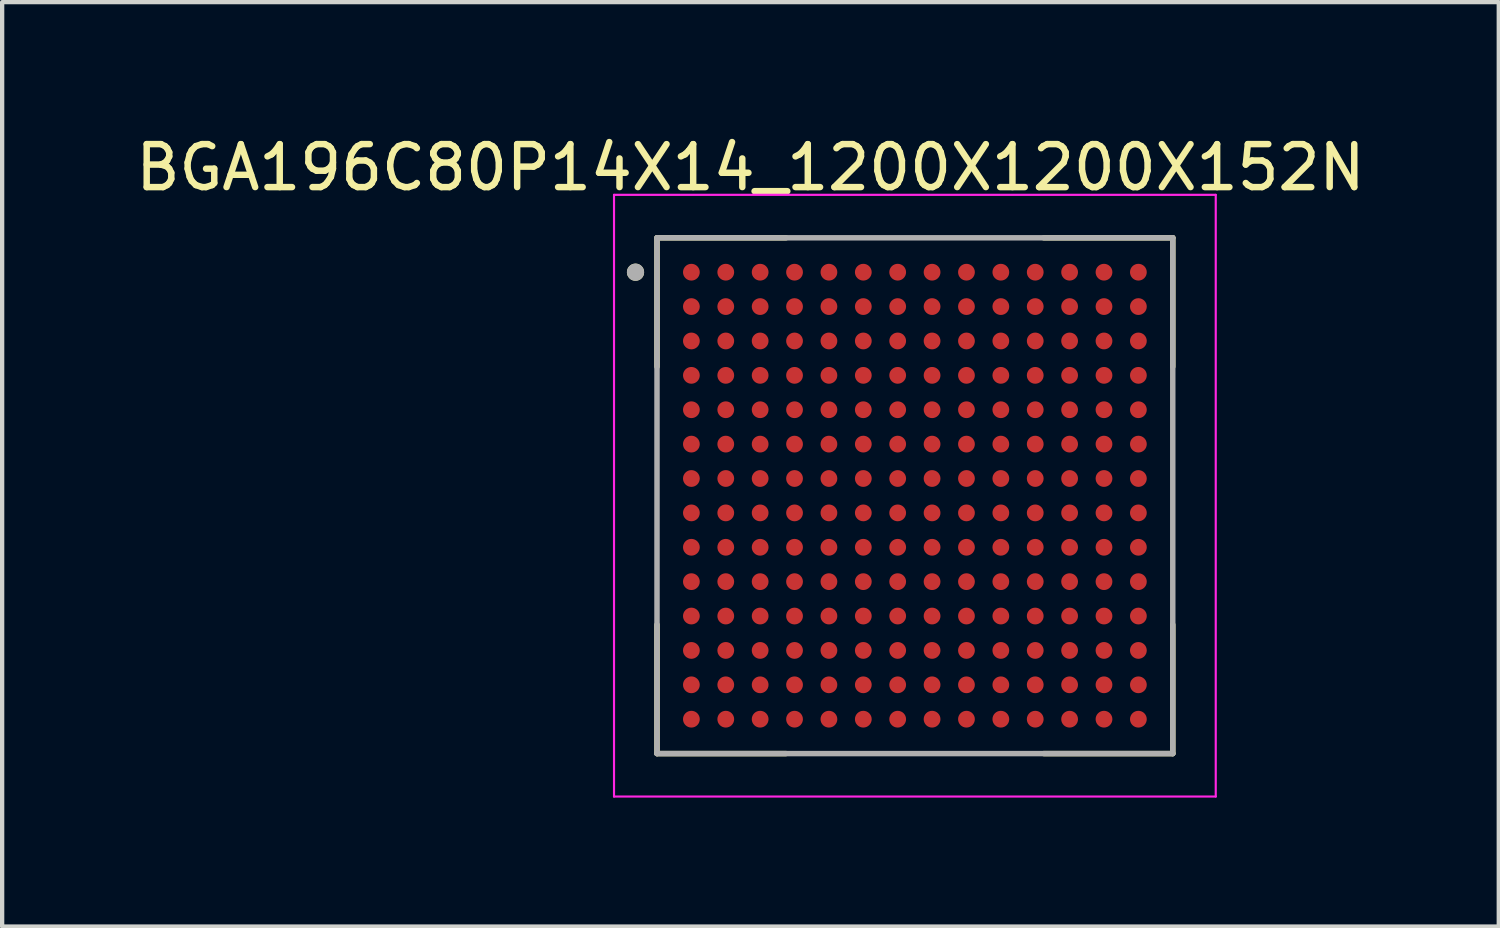
<source format=kicad_pcb>
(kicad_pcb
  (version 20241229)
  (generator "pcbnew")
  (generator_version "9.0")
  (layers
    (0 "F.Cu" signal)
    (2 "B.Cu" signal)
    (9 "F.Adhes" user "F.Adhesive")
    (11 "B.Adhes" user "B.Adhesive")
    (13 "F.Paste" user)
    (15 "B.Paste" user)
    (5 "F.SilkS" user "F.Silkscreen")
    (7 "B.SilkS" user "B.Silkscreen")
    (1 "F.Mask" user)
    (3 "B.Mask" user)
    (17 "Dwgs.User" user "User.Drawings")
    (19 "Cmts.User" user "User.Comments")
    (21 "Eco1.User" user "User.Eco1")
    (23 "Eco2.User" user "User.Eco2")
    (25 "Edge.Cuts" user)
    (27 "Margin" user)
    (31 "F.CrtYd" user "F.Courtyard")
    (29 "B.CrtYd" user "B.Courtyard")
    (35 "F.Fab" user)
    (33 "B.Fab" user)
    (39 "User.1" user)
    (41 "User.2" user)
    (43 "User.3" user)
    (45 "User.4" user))
  (footprint "BGA196C80P14X14_1200X1200X152N"
    (layer "F.Cu")
    (at 18.236 8.483)
    (property "Reference" "BGA196C80P14X14_1200X1200X152N" (at -3.825 -7.635 0) (layer "F.SilkS") (effects (font (size 1 1) (thickness 0.15))))
    (attr smd)
    (fp_line (start -6 -6) (end -6 -3) (stroke (width 0.127) (type solid)) (layer "F.SilkS"))
    (fp_line (start -6 -6) (end -3 -6) (stroke (width 0.127) (type solid)) (layer "F.SilkS"))
    (fp_line (start -6 6) (end -6 3) (stroke (width 0.127) (type solid)) (layer "F.SilkS"))
    (fp_line (start -6 6) (end -3 6) (stroke (width 0.127) (type solid)) (layer "F.SilkS"))
    (fp_line (start 6 -6) (end 3 -6) (stroke (width 0.127) (type solid)) (layer "F.SilkS"))
    (fp_line (start 6 -6) (end 6 -3) (stroke (width 0.127) (type solid)) (layer "F.SilkS"))
    (fp_line (start 6 6) (end 3 6) (stroke (width 0.127) (type solid)) (layer "F.SilkS"))
    (fp_line (start 6 6) (end 6 3) (stroke (width 0.127) (type solid)) (layer "F.SilkS"))
    (fp_circle (center -6.5 -5.2) (end -6.4 -5.2) (stroke (width 0.2) (type solid)) (fill no) (layer "F.SilkS"))
    (fp_line (start -7 -7) (end 7 -7) (stroke (width 0.05) (type solid)) (layer "F.CrtYd"))
    (fp_line (start -7 7) (end -7 -7) (stroke (width 0.05) (type solid)) (layer "F.CrtYd"))
    (fp_line (start -7 7) (end 7 7) (stroke (width 0.05) (type solid)) (layer "F.CrtYd"))
    (fp_line (start 7 7) (end 7 -7) (stroke (width 0.05) (type solid)) (layer "F.CrtYd"))
    (fp_line (start -6 6) (end -6 -6) (stroke (width 0.127) (type solid)) (layer "F.Fab"))
    (fp_line (start 6 -6) (end -6 -6) (stroke (width 0.127) (type solid)) (layer "F.Fab"))
    (fp_line (start 6 6) (end -6 6) (stroke (width 0.127) (type solid)) (layer "F.Fab"))
    (fp_line (start 6 6) (end 6 -6) (stroke (width 0.127) (type solid)) (layer "F.Fab"))
    (fp_circle (center -6.5 -5.2) (end -6.4 -5.2) (stroke (width 0.2) (type solid)) (fill no) (layer "F.Fab"))
    (pad "A1" smd circle (at -5.2 -5.2) (size 0.39 0.39) (layers "F.Cu" "F.Mask" "F.Paste"))
    (pad "A2" smd circle (at -4.4 -5.2) (size 0.39 0.39) (layers "F.Cu" "F.Mask" "F.Paste"))
    (pad "A3" smd circle (at -3.6 -5.2) (size 0.39 0.39) (layers "F.Cu" "F.Mask" "F.Paste"))
    (pad "A4" smd circle (at -2.8 -5.2) (size 0.39 0.39) (layers "F.Cu" "F.Mask" "F.Paste"))
    (pad "A5" smd circle (at -2 -5.2) (size 0.39 0.39) (layers "F.Cu" "F.Mask" "F.Paste"))
    (pad "A6" smd circle (at -1.2 -5.2) (size 0.39 0.39) (layers "F.Cu" "F.Mask" "F.Paste"))
    (pad "A7" smd circle (at -0.4 -5.2) (size 0.39 0.39) (layers "F.Cu" "F.Mask" "F.Paste"))
    (pad "A8" smd circle (at 0.4 -5.2) (size 0.39 0.39) (layers "F.Cu" "F.Mask" "F.Paste"))
    (pad "A9" smd circle (at 1.2 -5.2) (size 0.39 0.39) (layers "F.Cu" "F.Mask" "F.Paste"))
    (pad "A10" smd circle (at 2 -5.2) (size 0.39 0.39) (layers "F.Cu" "F.Mask" "F.Paste"))
    (pad "A11" smd circle (at 2.8 -5.2) (size 0.39 0.39) (layers "F.Cu" "F.Mask" "F.Paste"))
    (pad "A12" smd circle (at 3.6 -5.2) (size 0.39 0.39) (layers "F.Cu" "F.Mask" "F.Paste"))
    (pad "A13" smd circle (at 4.4 -5.2) (size 0.39 0.39) (layers "F.Cu" "F.Mask" "F.Paste"))
    (pad "A14" smd circle (at 5.2 -5.2) (size 0.39 0.39) (layers "F.Cu" "F.Mask" "F.Paste"))
    (pad "B1" smd circle (at -5.2 -4.4) (size 0.39 0.39) (layers "F.Cu" "F.Mask" "F.Paste"))
    (pad "B2" smd circle (at -4.4 -4.4) (size 0.39 0.39) (layers "F.Cu" "F.Mask" "F.Paste"))
    (pad "B3" smd circle (at -3.6 -4.4) (size 0.39 0.39) (layers "F.Cu" "F.Mask" "F.Paste"))
    (pad "B4" smd circle (at -2.8 -4.4) (size 0.39 0.39) (layers "F.Cu" "F.Mask" "F.Paste"))
    (pad "B5" smd circle (at -2 -4.4) (size 0.39 0.39) (layers "F.Cu" "F.Mask" "F.Paste"))
    (pad "B6" smd circle (at -1.2 -4.4) (size 0.39 0.39) (layers "F.Cu" "F.Mask" "F.Paste"))
    (pad "B7" smd circle (at -0.4 -4.4) (size 0.39 0.39) (layers "F.Cu" "F.Mask" "F.Paste"))
    (pad "B8" smd circle (at 0.4 -4.4) (size 0.39 0.39) (layers "F.Cu" "F.Mask" "F.Paste"))
    (pad "B9" smd circle (at 1.2 -4.4) (size 0.39 0.39) (layers "F.Cu" "F.Mask" "F.Paste"))
    (pad "B10" smd circle (at 2 -4.4) (size 0.39 0.39) (layers "F.Cu" "F.Mask" "F.Paste"))
    (pad "B11" smd circle (at 2.8 -4.4) (size 0.39 0.39) (layers "F.Cu" "F.Mask" "F.Paste"))
    (pad "B12" smd circle (at 3.6 -4.4) (size 0.39 0.39) (layers "F.Cu" "F.Mask" "F.Paste"))
    (pad "B13" smd circle (at 4.4 -4.4) (size 0.39 0.39) (layers "F.Cu" "F.Mask" "F.Paste"))
    (pad "B14" smd circle (at 5.2 -4.4) (size 0.39 0.39) (layers "F.Cu" "F.Mask" "F.Paste"))
    (pad "C1" smd circle (at -5.2 -3.6) (size 0.39 0.39) (layers "F.Cu" "F.Mask" "F.Paste"))
    (pad "C2" smd circle (at -4.4 -3.6) (size 0.39 0.39) (layers "F.Cu" "F.Mask" "F.Paste"))
    (pad "C3" smd circle (at -3.6 -3.6) (size 0.39 0.39) (layers "F.Cu" "F.Mask" "F.Paste"))
    (pad "C4" smd circle (at -2.8 -3.6) (size 0.39 0.39) (layers "F.Cu" "F.Mask" "F.Paste"))
    (pad "C5" smd circle (at -2 -3.6) (size 0.39 0.39) (layers "F.Cu" "F.Mask" "F.Paste"))
    (pad "C6" smd circle (at -1.2 -3.6) (size 0.39 0.39) (layers "F.Cu" "F.Mask" "F.Paste"))
    (pad "C7" smd circle (at -0.4 -3.6) (size 0.39 0.39) (layers "F.Cu" "F.Mask" "F.Paste"))
    (pad "C8" smd circle (at 0.4 -3.6) (size 0.39 0.39) (layers "F.Cu" "F.Mask" "F.Paste"))
    (pad "C9" smd circle (at 1.2 -3.6) (size 0.39 0.39) (layers "F.Cu" "F.Mask" "F.Paste"))
    (pad "C10" smd circle (at 2 -3.6) (size 0.39 0.39) (layers "F.Cu" "F.Mask" "F.Paste"))
    (pad "C11" smd circle (at 2.8 -3.6) (size 0.39 0.39) (layers "F.Cu" "F.Mask" "F.Paste"))
    (pad "C12" smd circle (at 3.6 -3.6) (size 0.39 0.39) (layers "F.Cu" "F.Mask" "F.Paste"))
    (pad "C13" smd circle (at 4.4 -3.6) (size 0.39 0.39) (layers "F.Cu" "F.Mask" "F.Paste"))
    (pad "C14" smd circle (at 5.2 -3.6) (size 0.39 0.39) (layers "F.Cu" "F.Mask" "F.Paste"))
    (pad "D1" smd circle (at -5.2 -2.8) (size 0.39 0.39) (layers "F.Cu" "F.Mask" "F.Paste"))
    (pad "D2" smd circle (at -4.4 -2.8) (size 0.39 0.39) (layers "F.Cu" "F.Mask" "F.Paste"))
    (pad "D3" smd circle (at -3.6 -2.8) (size 0.39 0.39) (layers "F.Cu" "F.Mask" "F.Paste"))
    (pad "D4" smd circle (at -2.8 -2.8) (size 0.39 0.39) (layers "F.Cu" "F.Mask" "F.Paste"))
    (pad "D5" smd circle (at -2 -2.8) (size 0.39 0.39) (layers "F.Cu" "F.Mask" "F.Paste"))
    (pad "D6" smd circle (at -1.2 -2.8) (size 0.39 0.39) (layers "F.Cu" "F.Mask" "F.Paste"))
    (pad "D7" smd circle (at -0.4 -2.8) (size 0.39 0.39) (layers "F.Cu" "F.Mask" "F.Paste"))
    (pad "D8" smd circle (at 0.4 -2.8) (size 0.39 0.39) (layers "F.Cu" "F.Mask" "F.Paste"))
    (pad "D9" smd circle (at 1.2 -2.8) (size 0.39 0.39) (layers "F.Cu" "F.Mask" "F.Paste"))
    (pad "D10" smd circle (at 2 -2.8) (size 0.39 0.39) (layers "F.Cu" "F.Mask" "F.Paste"))
    (pad "D11" smd circle (at 2.8 -2.8) (size 0.39 0.39) (layers "F.Cu" "F.Mask" "F.Paste"))
    (pad "D12" smd circle (at 3.6 -2.8) (size 0.39 0.39) (layers "F.Cu" "F.Mask" "F.Paste"))
    (pad "D13" smd circle (at 4.4 -2.8) (size 0.39 0.39) (layers "F.Cu" "F.Mask" "F.Paste"))
    (pad "D14" smd circle (at 5.2 -2.8) (size 0.39 0.39) (layers "F.Cu" "F.Mask" "F.Paste"))
    (pad "E1" smd circle (at -5.2 -2) (size 0.39 0.39) (layers "F.Cu" "F.Mask" "F.Paste"))
    (pad "E2" smd circle (at -4.4 -2) (size 0.39 0.39) (layers "F.Cu" "F.Mask" "F.Paste"))
    (pad "E3" smd circle (at -3.6 -2) (size 0.39 0.39) (layers "F.Cu" "F.Mask" "F.Paste"))
    (pad "E4" smd circle (at -2.8 -2) (size 0.39 0.39) (layers "F.Cu" "F.Mask" "F.Paste"))
    (pad "E5" smd circle (at -2 -2) (size 0.39 0.39) (layers "F.Cu" "F.Mask" "F.Paste"))
    (pad "E6" smd circle (at -1.2 -2) (size 0.39 0.39) (layers "F.Cu" "F.Mask" "F.Paste"))
    (pad "E7" smd circle (at -0.4 -2) (size 0.39 0.39) (layers "F.Cu" "F.Mask" "F.Paste"))
    (pad "E8" smd circle (at 0.4 -2) (size 0.39 0.39) (layers "F.Cu" "F.Mask" "F.Paste"))
    (pad "E9" smd circle (at 1.2 -2) (size 0.39 0.39) (layers "F.Cu" "F.Mask" "F.Paste"))
    (pad "E10" smd circle (at 2 -2) (size 0.39 0.39) (layers "F.Cu" "F.Mask" "F.Paste"))
    (pad "E11" smd circle (at 2.8 -2) (size 0.39 0.39) (layers "F.Cu" "F.Mask" "F.Paste"))
    (pad "E12" smd circle (at 3.6 -2) (size 0.39 0.39) (layers "F.Cu" "F.Mask" "F.Paste"))
    (pad "E13" smd circle (at 4.4 -2) (size 0.39 0.39) (layers "F.Cu" "F.Mask" "F.Paste"))
    (pad "E14" smd circle (at 5.2 -2) (size 0.39 0.39) (layers "F.Cu" "F.Mask" "F.Paste"))
    (pad "F1" smd circle (at -5.2 -1.2) (size 0.39 0.39) (layers "F.Cu" "F.Mask" "F.Paste"))
    (pad "F2" smd circle (at -4.4 -1.2) (size 0.39 0.39) (layers "F.Cu" "F.Mask" "F.Paste"))
    (pad "F3" smd circle (at -3.6 -1.2) (size 0.39 0.39) (layers "F.Cu" "F.Mask" "F.Paste"))
    (pad "F4" smd circle (at -2.8 -1.2) (size 0.39 0.39) (layers "F.Cu" "F.Mask" "F.Paste"))
    (pad "F5" smd circle (at -2 -1.2) (size 0.39 0.39) (layers "F.Cu" "F.Mask" "F.Paste"))
    (pad "F6" smd circle (at -1.2 -1.2) (size 0.39 0.39) (layers "F.Cu" "F.Mask" "F.Paste"))
    (pad "F7" smd circle (at -0.4 -1.2) (size 0.39 0.39) (layers "F.Cu" "F.Mask" "F.Paste"))
    (pad "F8" smd circle (at 0.4 -1.2) (size 0.39 0.39) (layers "F.Cu" "F.Mask" "F.Paste"))
    (pad "F9" smd circle (at 1.2 -1.2) (size 0.39 0.39) (layers "F.Cu" "F.Mask" "F.Paste"))
    (pad "F10" smd circle (at 2 -1.2) (size 0.39 0.39) (layers "F.Cu" "F.Mask" "F.Paste"))
    (pad "F11" smd circle (at 2.8 -1.2) (size 0.39 0.39) (layers "F.Cu" "F.Mask" "F.Paste"))
    (pad "F12" smd circle (at 3.6 -1.2) (size 0.39 0.39) (layers "F.Cu" "F.Mask" "F.Paste"))
    (pad "F13" smd circle (at 4.4 -1.2) (size 0.39 0.39) (layers "F.Cu" "F.Mask" "F.Paste"))
    (pad "F14" smd circle (at 5.2 -1.2) (size 0.39 0.39) (layers "F.Cu" "F.Mask" "F.Paste"))
    (pad "G1" smd circle (at -5.2 -0.4) (size 0.39 0.39) (layers "F.Cu" "F.Mask" "F.Paste"))
    (pad "G2" smd circle (at -4.4 -0.4) (size 0.39 0.39) (layers "F.Cu" "F.Mask" "F.Paste"))
    (pad "G3" smd circle (at -3.6 -0.4) (size 0.39 0.39) (layers "F.Cu" "F.Mask" "F.Paste"))
    (pad "G4" smd circle (at -2.8 -0.4) (size 0.39 0.39) (layers "F.Cu" "F.Mask" "F.Paste"))
    (pad "G5" smd circle (at -2 -0.4) (size 0.39 0.39) (layers "F.Cu" "F.Mask" "F.Paste"))
    (pad "G6" smd circle (at -1.2 -0.4) (size 0.39 0.39) (layers "F.Cu" "F.Mask" "F.Paste"))
    (pad "G7" smd circle (at -0.4 -0.4) (size 0.39 0.39) (layers "F.Cu" "F.Mask" "F.Paste"))
    (pad "G8" smd circle (at 0.4 -0.4) (size 0.39 0.39) (layers "F.Cu" "F.Mask" "F.Paste"))
    (pad "G9" smd circle (at 1.2 -0.4) (size 0.39 0.39) (layers "F.Cu" "F.Mask" "F.Paste"))
    (pad "G10" smd circle (at 2 -0.4) (size 0.39 0.39) (layers "F.Cu" "F.Mask" "F.Paste"))
    (pad "G11" smd circle (at 2.8 -0.4) (size 0.39 0.39) (layers "F.Cu" "F.Mask" "F.Paste"))
    (pad "G12" smd circle (at 3.6 -0.4) (size 0.39 0.39) (layers "F.Cu" "F.Mask" "F.Paste"))
    (pad "G13" smd circle (at 4.4 -0.4) (size 0.39 0.39) (layers "F.Cu" "F.Mask" "F.Paste"))
    (pad "G14" smd circle (at 5.2 -0.4) (size 0.39 0.39) (layers "F.Cu" "F.Mask" "F.Paste"))
    (pad "H1" smd circle (at -5.2 0.4) (size 0.39 0.39) (layers "F.Cu" "F.Mask" "F.Paste"))
    (pad "H2" smd circle (at -4.4 0.4) (size 0.39 0.39) (layers "F.Cu" "F.Mask" "F.Paste"))
    (pad "H3" smd circle (at -3.6 0.4) (size 0.39 0.39) (layers "F.Cu" "F.Mask" "F.Paste"))
    (pad "H4" smd circle (at -2.8 0.4) (size 0.39 0.39) (layers "F.Cu" "F.Mask" "F.Paste"))
    (pad "H5" smd circle (at -2 0.4) (size 0.39 0.39) (layers "F.Cu" "F.Mask" "F.Paste"))
    (pad "H6" smd circle (at -1.2 0.4) (size 0.39 0.39) (layers "F.Cu" "F.Mask" "F.Paste"))
    (pad "H7" smd circle (at -0.4 0.4) (size 0.39 0.39) (layers "F.Cu" "F.Mask" "F.Paste"))
    (pad "H8" smd circle (at 0.4 0.4) (size 0.39 0.39) (layers "F.Cu" "F.Mask" "F.Paste"))
    (pad "H9" smd circle (at 1.2 0.4) (size 0.39 0.39) (layers "F.Cu" "F.Mask" "F.Paste"))
    (pad "H10" smd circle (at 2 0.4) (size 0.39 0.39) (layers "F.Cu" "F.Mask" "F.Paste"))
    (pad "H11" smd circle (at 2.8 0.4) (size 0.39 0.39) (layers "F.Cu" "F.Mask" "F.Paste"))
    (pad "H12" smd circle (at 3.6 0.4) (size 0.39 0.39) (layers "F.Cu" "F.Mask" "F.Paste"))
    (pad "H13" smd circle (at 4.4 0.4) (size 0.39 0.39) (layers "F.Cu" "F.Mask" "F.Paste"))
    (pad "H14" smd circle (at 5.2 0.4) (size 0.39 0.39) (layers "F.Cu" "F.Mask" "F.Paste"))
    (pad "J1" smd circle (at -5.2 1.2) (size 0.39 0.39) (layers "F.Cu" "F.Mask" "F.Paste"))
    (pad "J2" smd circle (at -4.4 1.2) (size 0.39 0.39) (layers "F.Cu" "F.Mask" "F.Paste"))
    (pad "J3" smd circle (at -3.6 1.2) (size 0.39 0.39) (layers "F.Cu" "F.Mask" "F.Paste"))
    (pad "J4" smd circle (at -2.8 1.2) (size 0.39 0.39) (layers "F.Cu" "F.Mask" "F.Paste"))
    (pad "J5" smd circle (at -2 1.2) (size 0.39 0.39) (layers "F.Cu" "F.Mask" "F.Paste"))
    (pad "J6" smd circle (at -1.2 1.2) (size 0.39 0.39) (layers "F.Cu" "F.Mask" "F.Paste"))
    (pad "J7" smd circle (at -0.4 1.2) (size 0.39 0.39) (layers "F.Cu" "F.Mask" "F.Paste"))
    (pad "J8" smd circle (at 0.4 1.2) (size 0.39 0.39) (layers "F.Cu" "F.Mask" "F.Paste"))
    (pad "J9" smd circle (at 1.2 1.2) (size 0.39 0.39) (layers "F.Cu" "F.Mask" "F.Paste"))
    (pad "J10" smd circle (at 2 1.2) (size 0.39 0.39) (layers "F.Cu" "F.Mask" "F.Paste"))
    (pad "J11" smd circle (at 2.8 1.2) (size 0.39 0.39) (layers "F.Cu" "F.Mask" "F.Paste"))
    (pad "J12" smd circle (at 3.6 1.2) (size 0.39 0.39) (layers "F.Cu" "F.Mask" "F.Paste"))
    (pad "J13" smd circle (at 4.4 1.2) (size 0.39 0.39) (layers "F.Cu" "F.Mask" "F.Paste"))
    (pad "J14" smd circle (at 5.2 1.2) (size 0.39 0.39) (layers "F.Cu" "F.Mask" "F.Paste"))
    (pad "K1" smd circle (at -5.2 2) (size 0.39 0.39) (layers "F.Cu" "F.Mask" "F.Paste"))
    (pad "K2" smd circle (at -4.4 2) (size 0.39 0.39) (layers "F.Cu" "F.Mask" "F.Paste"))
    (pad "K3" smd circle (at -3.6 2) (size 0.39 0.39) (layers "F.Cu" "F.Mask" "F.Paste"))
    (pad "K4" smd circle (at -2.8 2) (size 0.39 0.39) (layers "F.Cu" "F.Mask" "F.Paste"))
    (pad "K5" smd circle (at -2 2) (size 0.39 0.39) (layers "F.Cu" "F.Mask" "F.Paste"))
    (pad "K6" smd circle (at -1.2 2) (size 0.39 0.39) (layers "F.Cu" "F.Mask" "F.Paste"))
    (pad "K7" smd circle (at -0.4 2) (size 0.39 0.39) (layers "F.Cu" "F.Mask" "F.Paste"))
    (pad "K8" smd circle (at 0.4 2) (size 0.39 0.39) (layers "F.Cu" "F.Mask" "F.Paste"))
    (pad "K9" smd circle (at 1.2 2) (size 0.39 0.39) (layers "F.Cu" "F.Mask" "F.Paste"))
    (pad "K10" smd circle (at 2 2) (size 0.39 0.39) (layers "F.Cu" "F.Mask" "F.Paste"))
    (pad "K11" smd circle (at 2.8 2) (size 0.39 0.39) (layers "F.Cu" "F.Mask" "F.Paste"))
    (pad "K12" smd circle (at 3.6 2) (size 0.39 0.39) (layers "F.Cu" "F.Mask" "F.Paste"))
    (pad "K13" smd circle (at 4.4 2) (size 0.39 0.39) (layers "F.Cu" "F.Mask" "F.Paste"))
    (pad "K14" smd circle (at 5.2 2) (size 0.39 0.39) (layers "F.Cu" "F.Mask" "F.Paste"))
    (pad "L1" smd circle (at -5.2 2.8) (size 0.39 0.39) (layers "F.Cu" "F.Mask" "F.Paste"))
    (pad "L2" smd circle (at -4.4 2.8) (size 0.39 0.39) (layers "F.Cu" "F.Mask" "F.Paste"))
    (pad "L3" smd circle (at -3.6 2.8) (size 0.39 0.39) (layers "F.Cu" "F.Mask" "F.Paste"))
    (pad "L4" smd circle (at -2.8 2.8) (size 0.39 0.39) (layers "F.Cu" "F.Mask" "F.Paste"))
    (pad "L5" smd circle (at -2 2.8) (size 0.39 0.39) (layers "F.Cu" "F.Mask" "F.Paste"))
    (pad "L6" smd circle (at -1.2 2.8) (size 0.39 0.39) (layers "F.Cu" "F.Mask" "F.Paste"))
    (pad "L7" smd circle (at -0.4 2.8) (size 0.39 0.39) (layers "F.Cu" "F.Mask" "F.Paste"))
    (pad "L8" smd circle (at 0.4 2.8) (size 0.39 0.39) (layers "F.Cu" "F.Mask" "F.Paste"))
    (pad "L9" smd circle (at 1.2 2.8) (size 0.39 0.39) (layers "F.Cu" "F.Mask" "F.Paste"))
    (pad "L10" smd circle (at 2 2.8) (size 0.39 0.39) (layers "F.Cu" "F.Mask" "F.Paste"))
    (pad "L11" smd circle (at 2.8 2.8) (size 0.39 0.39) (layers "F.Cu" "F.Mask" "F.Paste"))
    (pad "L12" smd circle (at 3.6 2.8) (size 0.39 0.39) (layers "F.Cu" "F.Mask" "F.Paste"))
    (pad "L13" smd circle (at 4.4 2.8) (size 0.39 0.39) (layers "F.Cu" "F.Mask" "F.Paste"))
    (pad "L14" smd circle (at 5.2 2.8) (size 0.39 0.39) (layers "F.Cu" "F.Mask" "F.Paste"))
    (pad "M1" smd circle (at -5.2 3.6) (size 0.39 0.39) (layers "F.Cu" "F.Mask" "F.Paste"))
    (pad "M2" smd circle (at -4.4 3.6) (size 0.39 0.39) (layers "F.Cu" "F.Mask" "F.Paste"))
    (pad "M3" smd circle (at -3.6 3.6) (size 0.39 0.39) (layers "F.Cu" "F.Mask" "F.Paste"))
    (pad "M4" smd circle (at -2.8 3.6) (size 0.39 0.39) (layers "F.Cu" "F.Mask" "F.Paste"))
    (pad "M5" smd circle (at -2 3.6) (size 0.39 0.39) (layers "F.Cu" "F.Mask" "F.Paste"))
    (pad "M6" smd circle (at -1.2 3.6) (size 0.39 0.39) (layers "F.Cu" "F.Mask" "F.Paste"))
    (pad "M7" smd circle (at -0.4 3.6) (size 0.39 0.39) (layers "F.Cu" "F.Mask" "F.Paste"))
    (pad "M8" smd circle (at 0.4 3.6) (size 0.39 0.39) (layers "F.Cu" "F.Mask" "F.Paste"))
    (pad "M9" smd circle (at 1.2 3.6) (size 0.39 0.39) (layers "F.Cu" "F.Mask" "F.Paste"))
    (pad "M10" smd circle (at 2 3.6) (size 0.39 0.39) (layers "F.Cu" "F.Mask" "F.Paste"))
    (pad "M11" smd circle (at 2.8 3.6) (size 0.39 0.39) (layers "F.Cu" "F.Mask" "F.Paste"))
    (pad "M12" smd circle (at 3.6 3.6) (size 0.39 0.39) (layers "F.Cu" "F.Mask" "F.Paste"))
    (pad "M13" smd circle (at 4.4 3.6) (size 0.39 0.39) (layers "F.Cu" "F.Mask" "F.Paste"))
    (pad "M14" smd circle (at 5.2 3.6) (size 0.39 0.39) (layers "F.Cu" "F.Mask" "F.Paste"))
    (pad "N1" smd circle (at -5.2 4.4) (size 0.39 0.39) (layers "F.Cu" "F.Mask" "F.Paste"))
    (pad "N2" smd circle (at -4.4 4.4) (size 0.39 0.39) (layers "F.Cu" "F.Mask" "F.Paste"))
    (pad "N3" smd circle (at -3.6 4.4) (size 0.39 0.39) (layers "F.Cu" "F.Mask" "F.Paste"))
    (pad "N4" smd circle (at -2.8 4.4) (size 0.39 0.39) (layers "F.Cu" "F.Mask" "F.Paste"))
    (pad "N5" smd circle (at -2 4.4) (size 0.39 0.39) (layers "F.Cu" "F.Mask" "F.Paste"))
    (pad "N6" smd circle (at -1.2 4.4) (size 0.39 0.39) (layers "F.Cu" "F.Mask" "F.Paste"))
    (pad "N7" smd circle (at -0.4 4.4) (size 0.39 0.39) (layers "F.Cu" "F.Mask" "F.Paste"))
    (pad "N8" smd circle (at 0.4 4.4) (size 0.39 0.39) (layers "F.Cu" "F.Mask" "F.Paste"))
    (pad "N9" smd circle (at 1.2 4.4) (size 0.39 0.39) (layers "F.Cu" "F.Mask" "F.Paste"))
    (pad "N10" smd circle (at 2 4.4) (size 0.39 0.39) (layers "F.Cu" "F.Mask" "F.Paste"))
    (pad "N11" smd circle (at 2.8 4.4) (size 0.39 0.39) (layers "F.Cu" "F.Mask" "F.Paste"))
    (pad "N12" smd circle (at 3.6 4.4) (size 0.39 0.39) (layers "F.Cu" "F.Mask" "F.Paste"))
    (pad "N13" smd circle (at 4.4 4.4) (size 0.39 0.39) (layers "F.Cu" "F.Mask" "F.Paste"))
    (pad "N14" smd circle (at 5.2 4.4) (size 0.39 0.39) (layers "F.Cu" "F.Mask" "F.Paste"))
    (pad "P1" smd circle (at -5.2 5.2) (size 0.39 0.39) (layers "F.Cu" "F.Mask" "F.Paste"))
    (pad "P2" smd circle (at -4.4 5.2) (size 0.39 0.39) (layers "F.Cu" "F.Mask" "F.Paste"))
    (pad "P3" smd circle (at -3.6 5.2) (size 0.39 0.39) (layers "F.Cu" "F.Mask" "F.Paste"))
    (pad "P4" smd circle (at -2.8 5.2) (size 0.39 0.39) (layers "F.Cu" "F.Mask" "F.Paste"))
    (pad "P5" smd circle (at -2 5.2) (size 0.39 0.39) (layers "F.Cu" "F.Mask" "F.Paste"))
    (pad "P6" smd circle (at -1.2 5.2) (size 0.39 0.39) (layers "F.Cu" "F.Mask" "F.Paste"))
    (pad "P7" smd circle (at -0.4 5.2) (size 0.39 0.39) (layers "F.Cu" "F.Mask" "F.Paste"))
    (pad "P8" smd circle (at 0.4 5.2) (size 0.39 0.39) (layers "F.Cu" "F.Mask" "F.Paste"))
    (pad "P9" smd circle (at 1.2 5.2) (size 0.39 0.39) (layers "F.Cu" "F.Mask" "F.Paste"))
    (pad "P10" smd circle (at 2 5.2) (size 0.39 0.39) (layers "F.Cu" "F.Mask" "F.Paste"))
    (pad "P11" smd circle (at 2.8 5.2) (size 0.39 0.39) (layers "F.Cu" "F.Mask" "F.Paste"))
    (pad "P12" smd circle (at 3.6 5.2) (size 0.39 0.39) (layers "F.Cu" "F.Mask" "F.Paste"))
    (pad "P13" smd circle (at 4.4 5.2) (size 0.39 0.39) (layers "F.Cu" "F.Mask" "F.Paste"))
    (pad "P14" smd circle (at 5.2 5.2) (size 0.39 0.39) (layers "F.Cu" "F.Mask" "F.Paste")))
  (gr_rect
    (start -3 -3)
    (end 31.821 18.508)
    (stroke (width 0.1) (type default))
    (fill no)
    (layer "Edge.Cuts")))
</source>
